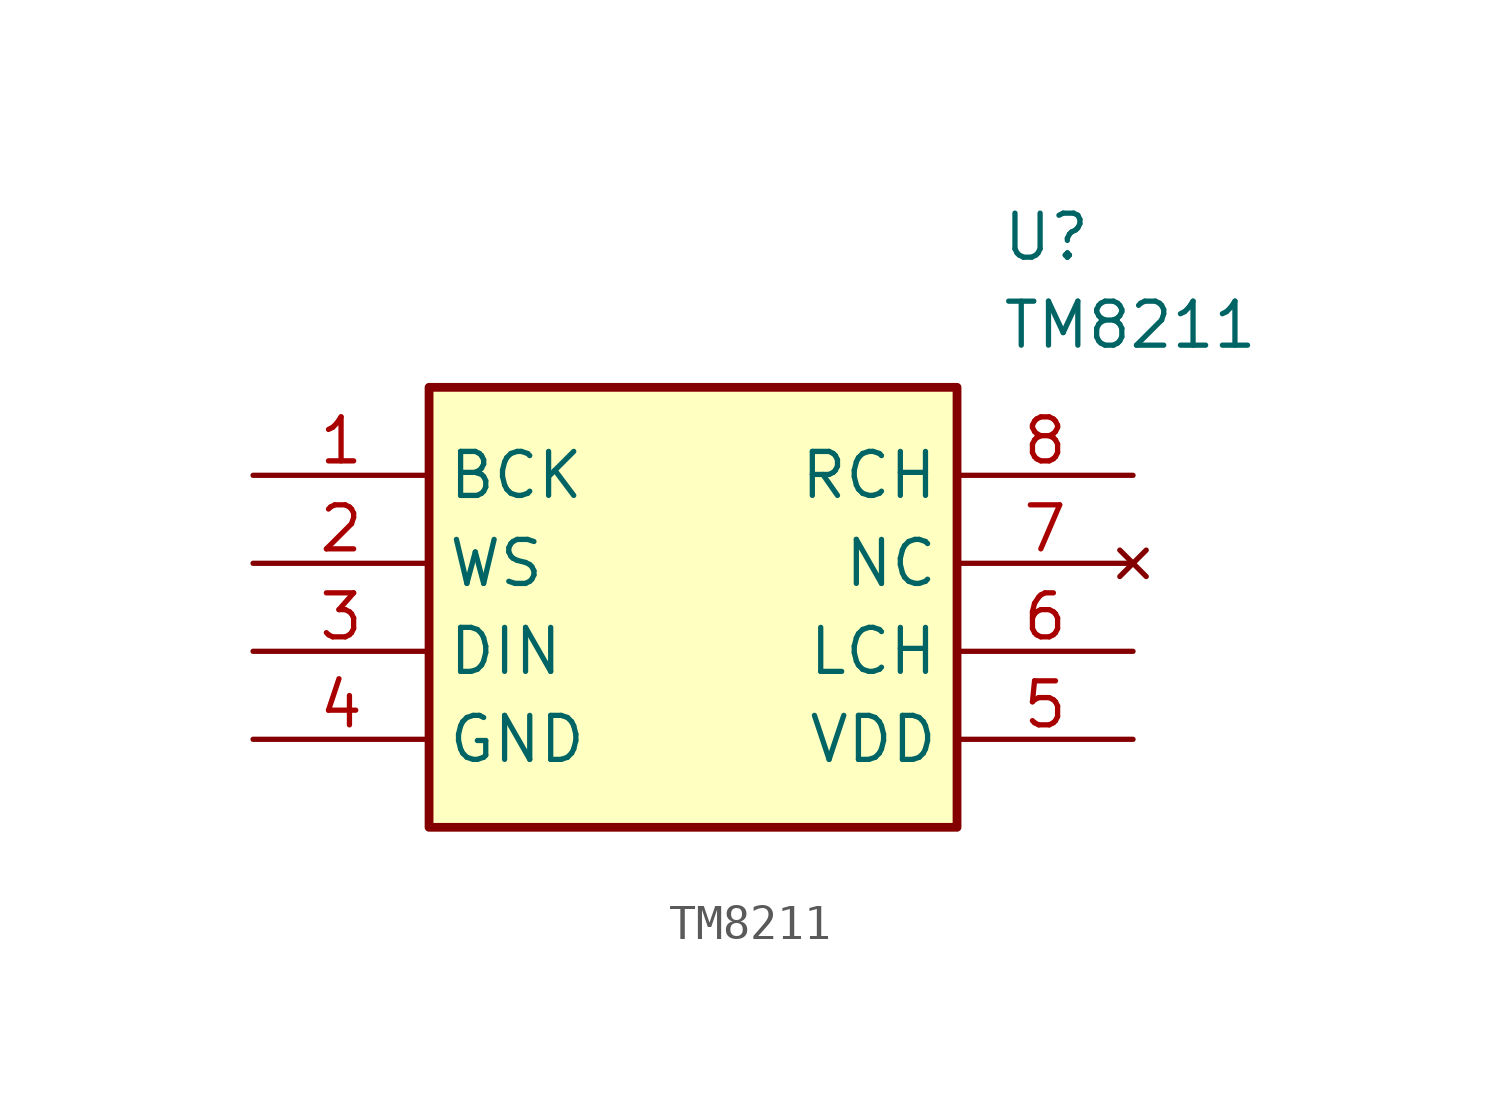
<source format=kicad_sym>
(kicad_symbol_lib
  (version 20220914)
  (generator kicad_symbol_editor)
  (symbol "TM8211"
    (property "Reference" "U"
      (at 21.59 7.62 0)
      (effects (font (size 1.27 1.27)) (justify left top)))
    (property "Value" "TM8211"
      (at 21.59 5.08 0)
      (effects (font (size 1.27 1.27)) (justify left top)))
    (symbol "TM8211_1_1"
      (rectangle (start 5.08 2.54) (end 20.32 -10.16) (stroke (width 0.254) (type default)) (fill (type background)))
      (pin passive line (at 0 0 0) (length 5.08) (name "BCK" (effects (font (size 1.27 1.27)))) (number "1" (effects (font (size 1.27 1.27)))))
      (pin passive line (at 0 -2.54 0) (length 5.08) (name "WS" (effects (font (size 1.27 1.27)))) (number "2" (effects (font (size 1.27 1.27)))))
      (pin passive line (at 0 -5.08 0) (length 5.08) (name "DIN" (effects (font (size 1.27 1.27)))) (number "3" (effects (font (size 1.27 1.27)))))
      (pin passive line (at 0 -7.62 0) (length 5.08) (name "GND" (effects (font (size 1.27 1.27)))) (number "4" (effects (font (size 1.27 1.27)))))
      (pin passive line (at 25.4 -7.62 180) (length 5.08) (name "VDD" (effects (font (size 1.27 1.27)))) (number "5" (effects (font (size 1.27 1.27)))))
      (pin passive line (at 25.4 -5.08 180) (length 5.08) (name "LCH" (effects (font (size 1.27 1.27)))) (number "6" (effects (font (size 1.27 1.27)))))
      (pin no_connect line (at 25.4 -2.54 180) (length 5.08) (name "NC" (effects (font (size 1.27 1.27)))) (number "7" (effects (font (size 1.27 1.27)))))
      (pin passive line (at 25.4 0 180) (length 5.08) (name "RCH" (effects (font (size 1.27 1.27)))) (number "8" (effects (font (size 1.27 1.27))))))))
</source>
